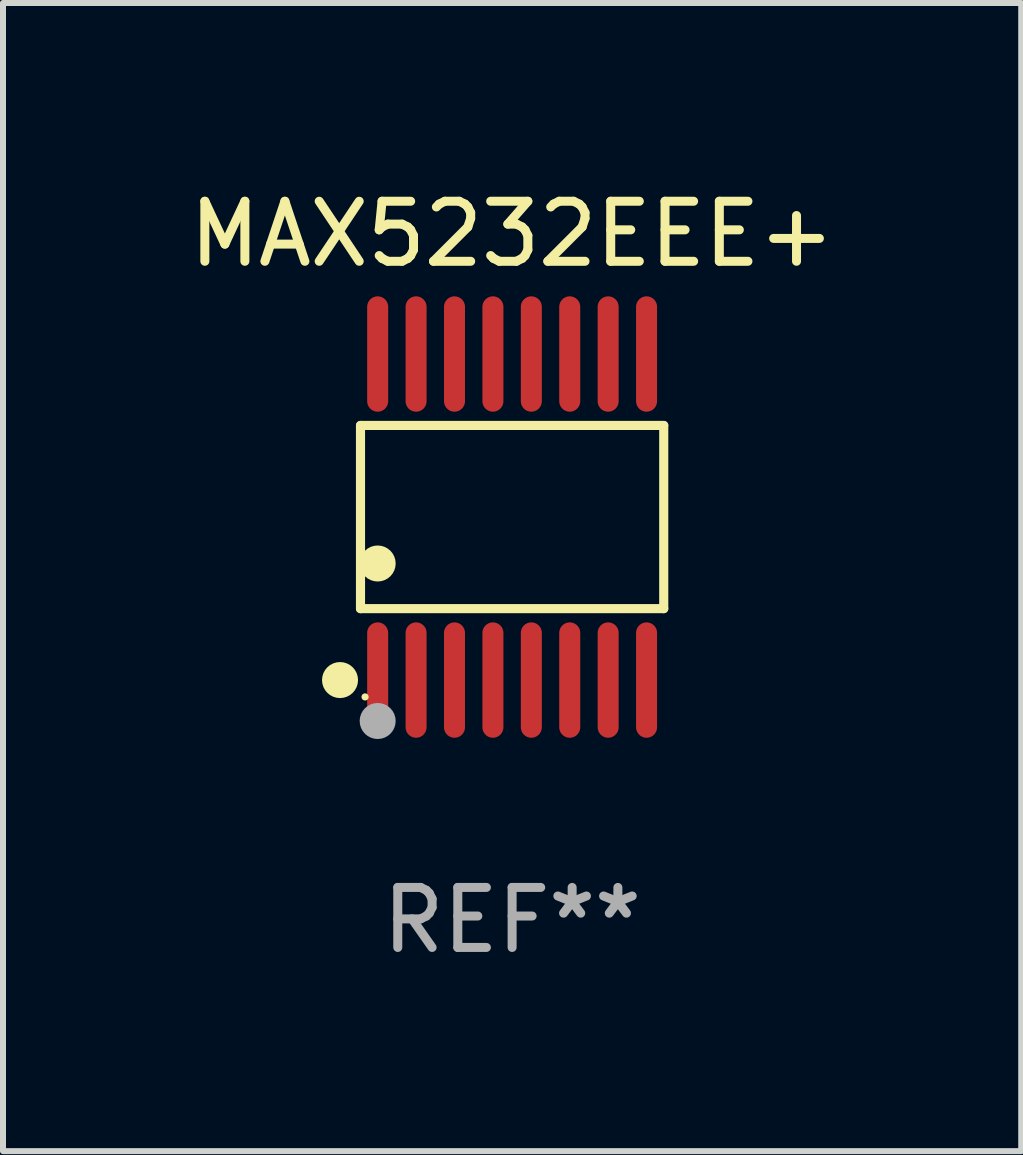
<source format=kicad_pcb>
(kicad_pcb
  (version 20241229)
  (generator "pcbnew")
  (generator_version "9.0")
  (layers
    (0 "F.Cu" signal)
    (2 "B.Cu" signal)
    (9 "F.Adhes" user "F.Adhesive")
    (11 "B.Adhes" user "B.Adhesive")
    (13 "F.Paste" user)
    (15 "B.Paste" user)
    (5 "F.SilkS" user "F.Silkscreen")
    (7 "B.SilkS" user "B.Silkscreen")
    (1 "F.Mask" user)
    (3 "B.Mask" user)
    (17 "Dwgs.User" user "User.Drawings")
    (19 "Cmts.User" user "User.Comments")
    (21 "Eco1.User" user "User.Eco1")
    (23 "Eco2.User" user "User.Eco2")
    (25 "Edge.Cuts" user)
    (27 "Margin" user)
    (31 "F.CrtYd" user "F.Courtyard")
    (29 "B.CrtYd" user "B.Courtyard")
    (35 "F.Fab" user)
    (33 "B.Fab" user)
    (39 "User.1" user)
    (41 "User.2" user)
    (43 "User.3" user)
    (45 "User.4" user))
  (footprint "MAX5232EEE+"
    (layer "F.Cu")
    (at 5.482 5.564)
    (property "Reference" "MAX5232EEE+" (at 0 -4.716 0) (layer "F.SilkS") (effects (font (size 1 1) (thickness 0.15))))
    (attr through_hole)
    (fp_line (start -2.526 -1.526) (end 2.526 -1.526) (stroke (width 0.152) (type solid)) (layer "F.SilkS"))
    (fp_line (start -2.526 1.526) (end -2.526 -1.526) (stroke (width 0.152) (type solid)) (layer "F.SilkS"))
    (fp_line (start 2.526 -1.526) (end 2.526 1.526) (stroke (width 0.152) (type solid)) (layer "F.SilkS"))
    (fp_line (start 2.526 1.526) (end -2.526 1.526) (stroke (width 0.152) (type solid)) (layer "F.SilkS"))
    (fp_circle (center -2.867 2.716) (end -2.717 2.716) (stroke (width 0.3) (type solid)) (fill no) (layer "F.SilkS"))
    (fp_circle (center -2.45 2.997) (end -2.42 2.997) (stroke (width 0.06) (type solid)) (fill no) (layer "F.SilkS"))
    (fp_circle (center -2.24 0.774) (end -2.09 0.774) (stroke (width 0.3) (type solid)) (fill no) (layer "F.SilkS"))
    (fp_circle (center -2.24 3.398) (end -2.09 3.398) (stroke (width 0.3) (type solid)) (fill no) (layer "F.Fab"))
    (fp_text user "REF**" (at 0 6.716 0) (layer "F.Fab") (effects (font (size 1 1) (thickness 0.15))))
    (pad "1" smd oval (at -2.24 2.716) (size 0.35 1.922) (layers "F.Cu" "F.Mask" "F.Paste"))
    (pad "2" smd oval (at -1.6 2.716) (size 0.35 1.922) (layers "F.Cu" "F.Mask" "F.Paste"))
    (pad "3" smd oval (at -0.96 2.716) (size 0.35 1.922) (layers "F.Cu" "F.Mask" "F.Paste"))
    (pad "4" smd oval (at -0.32 2.716) (size 0.35 1.922) (layers "F.Cu" "F.Mask" "F.Paste"))
    (pad "5" smd oval (at 0.32 2.716) (size 0.35 1.922) (layers "F.Cu" "F.Mask" "F.Paste"))
    (pad "6" smd oval (at 0.96 2.716) (size 0.35 1.922) (layers "F.Cu" "F.Mask" "F.Paste"))
    (pad "7" smd oval (at 1.6 2.716) (size 0.35 1.922) (layers "F.Cu" "F.Mask" "F.Paste"))
    (pad "8" smd oval (at 2.24 2.716) (size 0.35 1.922) (layers "F.Cu" "F.Mask" "F.Paste"))
    (pad "9" smd oval (at 2.24 -2.716) (size 0.35 1.922) (layers "F.Cu" "F.Mask" "F.Paste"))
    (pad "10" smd oval (at 1.6 -2.716) (size 0.35 1.922) (layers "F.Cu" "F.Mask" "F.Paste"))
    (pad "11" smd oval (at 0.96 -2.716) (size 0.35 1.922) (layers "F.Cu" "F.Mask" "F.Paste"))
    (pad "12" smd oval (at 0.32 -2.716) (size 0.35 1.922) (layers "F.Cu" "F.Mask" "F.Paste"))
    (pad "13" smd oval (at -0.32 -2.716) (size 0.35 1.922) (layers "F.Cu" "F.Mask" "F.Paste"))
    (pad "14" smd oval (at -0.96 -2.716) (size 0.35 1.922) (layers "F.Cu" "F.Mask" "F.Paste"))
    (pad "15" smd oval (at -1.6 -2.716) (size 0.35 1.922) (layers "F.Cu" "F.Mask" "F.Paste"))
    (pad "16" smd oval (at -2.24 -2.716) (size 0.35 1.922) (layers "F.Cu" "F.Mask" "F.Paste")))
  (gr_rect
    (start -3 -3)
    (end 13.964 16.128)
    (stroke (width 0.1) (type default))
    (fill no)
    (layer "Edge.Cuts")))
</source>
